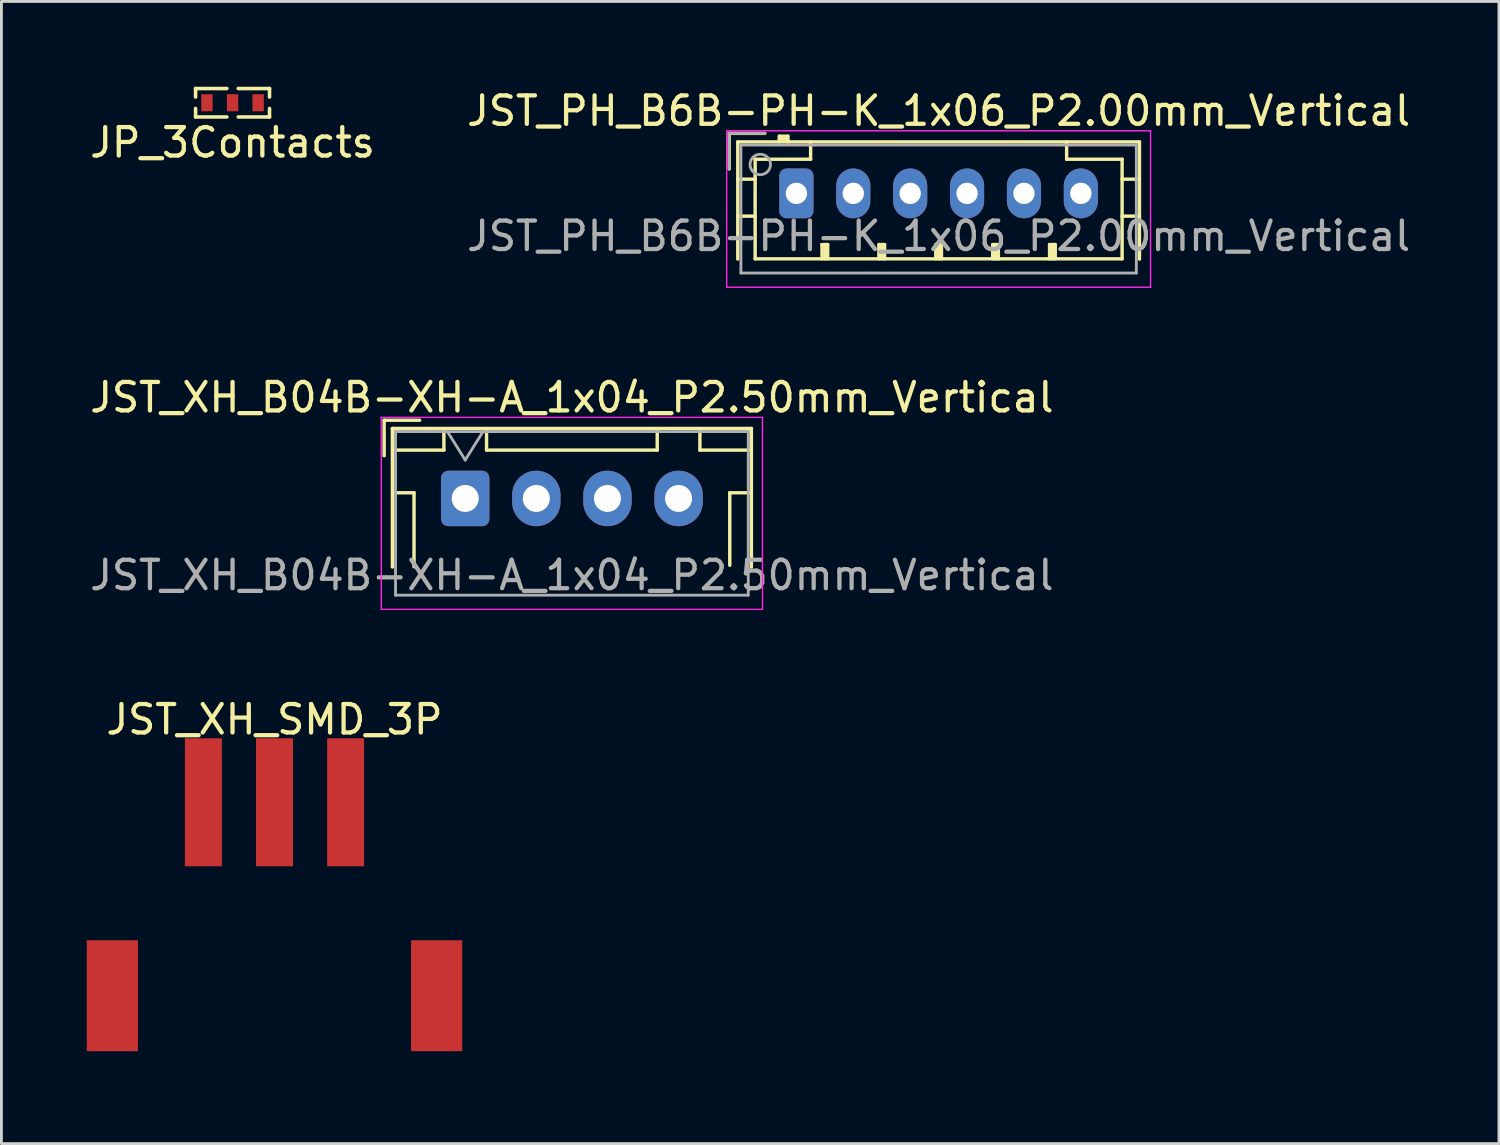
<source format=kicad_pcb>
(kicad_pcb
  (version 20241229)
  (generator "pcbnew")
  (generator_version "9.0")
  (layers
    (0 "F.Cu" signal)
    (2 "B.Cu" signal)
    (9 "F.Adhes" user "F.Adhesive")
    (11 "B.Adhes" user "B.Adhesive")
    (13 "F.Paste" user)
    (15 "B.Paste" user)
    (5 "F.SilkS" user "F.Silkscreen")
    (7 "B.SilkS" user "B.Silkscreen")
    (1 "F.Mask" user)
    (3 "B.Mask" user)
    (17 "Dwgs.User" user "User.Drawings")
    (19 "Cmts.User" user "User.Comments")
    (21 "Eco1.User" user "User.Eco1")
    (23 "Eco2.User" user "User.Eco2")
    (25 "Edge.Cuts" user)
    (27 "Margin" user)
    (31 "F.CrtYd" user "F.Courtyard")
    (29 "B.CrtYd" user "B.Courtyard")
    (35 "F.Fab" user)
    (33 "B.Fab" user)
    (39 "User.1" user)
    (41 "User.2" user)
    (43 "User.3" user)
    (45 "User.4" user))
  (footprint "JST_XH_SMD_3P"
    (layer "F.Cu")
    (at 6.6 33.903)
    (property "Reference" "JST_XH_SMD_3P" (at 0 -11.659 0) (layer "F.SilkS") (effects (font (size 1 1) (thickness 0.15))))
    (attr through_hole)
    (pad "1" smd rect (at -2.5 -8.75) (size 1.3 4.5) (layers "F.Cu" "F.Mask" "F.Paste"))
    (pad "2" smd rect (at 0 -8.75) (size 1.3 4.5) (layers "F.Cu" "F.Mask" "F.Paste"))
    (pad "3" smd rect (at -5.7 -1.95) (size 1.8 3.9) (layers "F.Cu" "F.Mask" "F.Paste"))
    (pad "3" smd rect (at 2.5 -8.75) (size 1.3 4.5) (layers "F.Cu" "F.Mask" "F.Paste"))
    (pad "3" smd rect (at 5.7 -1.95) (size 1.8 3.9) (layers "F.Cu" "F.Mask" "F.Paste")))
  (footprint "JST_PH_B6B-PH-K_1x06_P2.00mm_Vertical"
    (layer "F.Cu")
    (at 24.946 3.748)
    (property "Reference" "JST_PH_B6B-PH-K_1x06_P2.00mm_Vertical" (at 5 -2.9 0) (layer "F.SilkS") (effects (font (size 1 1) (thickness 0.15))))
    (attr through_hole)
    (fp_line (start -2.36 -2.11) (end -2.36 -0.86) (stroke (width 0.12) (type solid)) (layer "F.SilkS"))
    (fp_line (start -2.06 -1.81) (end -2.06 2.31) (stroke (width 0.12) (type solid)) (layer "F.SilkS"))
    (fp_line (start -2.06 -0.5) (end -1.45 -0.5) (stroke (width 0.12) (type solid)) (layer "F.SilkS"))
    (fp_line (start -2.06 0.8) (end -1.45 0.8) (stroke (width 0.12) (type solid)) (layer "F.SilkS"))
    (fp_line (start -1.45 -1.2) (end -1.45 2.3) (stroke (width 0.12) (type solid)) (layer "F.SilkS"))
    (fp_line (start -1.45 2.3) (end 11.45 2.3) (stroke (width 0.12) (type solid)) (layer "F.SilkS"))
    (fp_line (start -1.11 -2.11) (end -2.36 -2.11) (stroke (width 0.12) (type solid)) (layer "F.SilkS"))
    (fp_line (start -0.6 -2.01) (end -0.6 -1.81) (stroke (width 0.12) (type solid)) (layer "F.SilkS"))
    (fp_line (start -0.3 -2.01) (end -0.6 -2.01) (stroke (width 0.12) (type solid)) (layer "F.SilkS"))
    (fp_line (start -0.3 -1.91) (end -0.6 -1.91) (stroke (width 0.12) (type solid)) (layer "F.SilkS"))
    (fp_line (start -0.3 -1.81) (end -0.3 -2.01) (stroke (width 0.12) (type solid)) (layer "F.SilkS"))
    (fp_line (start 0.5 -1.81) (end 0.5 -1.2) (stroke (width 0.12) (type solid)) (layer "F.SilkS"))
    (fp_line (start 0.5 -1.2) (end -1.45 -1.2) (stroke (width 0.12) (type solid)) (layer "F.SilkS"))
    (fp_line (start 0.9 1.8) (end 1.1 1.8) (stroke (width 0.12) (type solid)) (layer "F.SilkS"))
    (fp_line (start 0.9 2.3) (end 0.9 1.8) (stroke (width 0.12) (type solid)) (layer "F.SilkS"))
    (fp_line (start 1 2.3) (end 1 1.8) (stroke (width 0.12) (type solid)) (layer "F.SilkS"))
    (fp_line (start 1.1 1.8) (end 1.1 2.3) (stroke (width 0.12) (type solid)) (layer "F.SilkS"))
    (fp_line (start 2.9 1.8) (end 3.1 1.8) (stroke (width 0.12) (type solid)) (layer "F.SilkS"))
    (fp_line (start 2.9 2.3) (end 2.9 1.8) (stroke (width 0.12) (type solid)) (layer "F.SilkS"))
    (fp_line (start 3 2.3) (end 3 1.8) (stroke (width 0.12) (type solid)) (layer "F.SilkS"))
    (fp_line (start 3.1 1.8) (end 3.1 2.3) (stroke (width 0.12) (type solid)) (layer "F.SilkS"))
    (fp_line (start 4.9 1.8) (end 5.1 1.8) (stroke (width 0.12) (type solid)) (layer "F.SilkS"))
    (fp_line (start 4.9 2.3) (end 4.9 1.8) (stroke (width 0.12) (type solid)) (layer "F.SilkS"))
    (fp_line (start 5 2.3) (end 5 1.8) (stroke (width 0.12) (type solid)) (layer "F.SilkS"))
    (fp_line (start 5.1 1.8) (end 5.1 2.3) (stroke (width 0.12) (type solid)) (layer "F.SilkS"))
    (fp_line (start 6.9 1.8) (end 7.1 1.8) (stroke (width 0.12) (type solid)) (layer "F.SilkS"))
    (fp_line (start 6.9 2.3) (end 6.9 1.8) (stroke (width 0.12) (type solid)) (layer "F.SilkS"))
    (fp_line (start 7 2.3) (end 7 1.8) (stroke (width 0.12) (type solid)) (layer "F.SilkS"))
    (fp_line (start 7.1 1.8) (end 7.1 2.3) (stroke (width 0.12) (type solid)) (layer "F.SilkS"))
    (fp_line (start 8.9 1.8) (end 9.1 1.8) (stroke (width 0.12) (type solid)) (layer "F.SilkS"))
    (fp_line (start 8.9 2.3) (end 8.9 1.8) (stroke (width 0.12) (type solid)) (layer "F.SilkS"))
    (fp_line (start 9 2.3) (end 9 1.8) (stroke (width 0.12) (type solid)) (layer "F.SilkS"))
    (fp_line (start 9.1 1.8) (end 9.1 2.3) (stroke (width 0.12) (type solid)) (layer "F.SilkS"))
    (fp_line (start 9.5 -1.2) (end 9.5 -1.81) (stroke (width 0.12) (type solid)) (layer "F.SilkS"))
    (fp_line (start 11.45 -1.2) (end 9.5 -1.2) (stroke (width 0.12) (type solid)) (layer "F.SilkS"))
    (fp_line (start 11.45 2.3) (end 11.45 -1.2) (stroke (width 0.12) (type solid)) (layer "F.SilkS"))
    (fp_line (start 12.06 -1.81) (end -2.06 -1.81) (stroke (width 0.12) (type solid)) (layer "F.SilkS"))
    (fp_line (start 12.06 -0.5) (end 11.45 -0.5) (stroke (width 0.12) (type solid)) (layer "F.SilkS"))
    (fp_line (start 12.06 0.8) (end 11.45 0.8) (stroke (width 0.12) (type solid)) (layer "F.SilkS"))
    (fp_line (start 12.06 2.31) (end 12.06 -1.81) (stroke (width 0.12) (type solid)) (layer "F.SilkS"))
    (fp_line (start -2.45 -2.2) (end -2.45 3.3) (stroke (width 0.05) (type solid)) (layer "F.CrtYd"))
    (fp_line (start -2.45 3.3) (end 12.45 3.3) (stroke (width 0.05) (type solid)) (layer "F.CrtYd"))
    (fp_line (start 12.45 -2.2) (end -2.45 -2.2) (stroke (width 0.05) (type solid)) (layer "F.CrtYd"))
    (fp_line (start 12.45 3.3) (end 12.45 -2.2) (stroke (width 0.05) (type solid)) (layer "F.CrtYd"))
    (fp_line (start -2.36 -2.11) (end -2.36 -0.86) (stroke (width 0.1) (type solid)) (layer "F.Fab"))
    (fp_line (start -1.95 -1.7) (end -1.95 2.8) (stroke (width 0.1) (type solid)) (layer "F.Fab"))
    (fp_line (start -1.95 2.8) (end 11.95 2.8) (stroke (width 0.1) (type solid)) (layer "F.Fab"))
    (fp_line (start -1.11 -2.11) (end -2.36 -2.11) (stroke (width 0.1) (type solid)) (layer "F.Fab"))
    (fp_line (start 11.95 -1.7) (end -1.95 -1.7) (stroke (width 0.1) (type solid)) (layer "F.Fab"))
    (fp_line (start 11.95 2.8) (end 11.95 -1.7) (stroke (width 0.1) (type solid)) (layer "F.Fab"))
    (fp_circle (center -1.27 -1.016) (end -1.016 -0.762) (stroke (width 0.1) (type solid)) (fill no) (layer "F.Fab"))
    (fp_text user "${REFERENCE}" (at 5 1.5 0) (layer "F.Fab") (effects (font (size 1 1) (thickness 0.15))))
    (pad "1" thru_hole roundrect (at 0 0) (size 1.2 1.75) (drill 0.75) (layers "*.Cu" "*.Mask") (roundrect_rratio 0.208))
    (pad "2" thru_hole oval (at 2 0) (size 1.2 1.75) (drill 0.75) (layers "*.Cu" "*.Mask"))
    (pad "3" thru_hole oval (at 4 0) (size 1.2 1.75) (drill 0.75) (layers "*.Cu" "*.Mask"))
    (pad "4" thru_hole oval (at 6 0) (size 1.2 1.75) (drill 0.75) (layers "*.Cu" "*.Mask"))
    (pad "5" thru_hole oval (at 8 0) (size 1.2 1.75) (drill 0.75) (layers "*.Cu" "*.Mask"))
    (pad "6" thru_hole oval (at 10 0) (size 1.2 1.75) (drill 0.75) (layers "*.Cu" "*.Mask")))
  (footprint "JST_XH_B04B-XH-A_1x04_P2.50mm_Vertical"
    (layer "F.Cu")
    (at 13.304 14.472)
    (property "Reference" "JST_XH_B04B-XH-A_1x04_P2.50mm_Vertical" (at 3.75 -3.55 0) (layer "F.SilkS") (effects (font (size 1 1) (thickness 0.15))))
    (attr through_hole)
    (fp_line (start -2.85 -2.75) (end -2.85 -1.5) (stroke (width 0.12) (type solid)) (layer "F.SilkS"))
    (fp_line (start -2.56 -2.46) (end -2.56 2.41) (stroke (width 0.12) (type solid)) (layer "F.SilkS"))
    (fp_line (start -2.55 -2.45) (end -2.55 -1.7) (stroke (width 0.12) (type solid)) (layer "F.SilkS"))
    (fp_line (start -2.55 -1.7) (end -0.75 -1.7) (stroke (width 0.12) (type solid)) (layer "F.SilkS"))
    (fp_line (start -2.55 -0.2) (end -1.8 -0.2) (stroke (width 0.12) (type solid)) (layer "F.SilkS"))
    (fp_line (start -1.8 -0.2) (end -1.8 2.4) (stroke (width 0.12) (type solid)) (layer "F.SilkS"))
    (fp_line (start -1.6 -2.75) (end -2.85 -2.75) (stroke (width 0.12) (type solid)) (layer "F.SilkS"))
    (fp_line (start -0.75 -2.45) (end -2.55 -2.45) (stroke (width 0.12) (type solid)) (layer "F.SilkS"))
    (fp_line (start -0.75 -1.7) (end -0.75 -2.45) (stroke (width 0.12) (type solid)) (layer "F.SilkS"))
    (fp_line (start 0.75 -2.45) (end 0.75 -1.7) (stroke (width 0.12) (type solid)) (layer "F.SilkS"))
    (fp_line (start 0.75 -1.7) (end 6.75 -1.7) (stroke (width 0.12) (type solid)) (layer "F.SilkS"))
    (fp_line (start 6.75 -2.45) (end 0.75 -2.45) (stroke (width 0.12) (type solid)) (layer "F.SilkS"))
    (fp_line (start 6.75 -1.7) (end 6.75 -2.45) (stroke (width 0.12) (type solid)) (layer "F.SilkS"))
    (fp_line (start 8.25 -2.45) (end 8.25 -1.7) (stroke (width 0.12) (type solid)) (layer "F.SilkS"))
    (fp_line (start 8.25 -1.7) (end 10.05 -1.7) (stroke (width 0.12) (type solid)) (layer "F.SilkS"))
    (fp_line (start 9.3 -0.2) (end 9.3 2.35) (stroke (width 0.12) (type solid)) (layer "F.SilkS"))
    (fp_line (start 10.05 -2.45) (end 8.25 -2.45) (stroke (width 0.12) (type solid)) (layer "F.SilkS"))
    (fp_line (start 10.05 -1.7) (end 10.05 -2.45) (stroke (width 0.12) (type solid)) (layer "F.SilkS"))
    (fp_line (start 10.05 -0.2) (end 9.3 -0.2) (stroke (width 0.12) (type solid)) (layer "F.SilkS"))
    (fp_line (start 10.06 -2.46) (end -2.56 -2.46) (stroke (width 0.12) (type solid)) (layer "F.SilkS"))
    (fp_line (start 10.06 2.41) (end 10.06 -2.46) (stroke (width 0.12) (type solid)) (layer "F.SilkS"))
    (fp_line (start -2.95 -2.85) (end -2.95 3.9) (stroke (width 0.05) (type solid)) (layer "F.CrtYd"))
    (fp_line (start -2.95 3.9) (end 10.45 3.9) (stroke (width 0.05) (type solid)) (layer "F.CrtYd"))
    (fp_line (start 10.45 -2.85) (end -2.95 -2.85) (stroke (width 0.05) (type solid)) (layer "F.CrtYd"))
    (fp_line (start 10.45 3.9) (end 10.45 -2.85) (stroke (width 0.05) (type solid)) (layer "F.CrtYd"))
    (fp_line (start -2.45 -2.35) (end -2.45 3.4) (stroke (width 0.1) (type solid)) (layer "F.Fab"))
    (fp_line (start -2.45 3.4) (end 9.95 3.4) (stroke (width 0.1) (type solid)) (layer "F.Fab"))
    (fp_line (start -0.625 -2.35) (end 0 -1.35) (stroke (width 0.1) (type solid)) (layer "F.Fab"))
    (fp_line (start 0 -1.35) (end 0.625 -2.35) (stroke (width 0.1) (type solid)) (layer "F.Fab"))
    (fp_line (start 9.95 -2.35) (end -2.45 -2.35) (stroke (width 0.1) (type solid)) (layer "F.Fab"))
    (fp_line (start 9.95 3.4) (end 9.95 -2.35) (stroke (width 0.1) (type solid)) (layer "F.Fab"))
    (fp_text user "${REFERENCE}" (at 3.75 2.7 0) (layer "F.Fab") (effects (font (size 1 1) (thickness 0.15))))
    (pad "1" thru_hole roundrect (at 0 0) (size 1.7 1.95) (drill 0.95) (layers "*.Cu" "*.Mask") (roundrect_rratio 0.147))
    (pad "2" thru_hole oval (at 2.5 0) (size 1.7 1.95) (drill 0.95) (layers "*.Cu" "*.Mask"))
    (pad "3" thru_hole oval (at 5 0) (size 1.7 1.95) (drill 0.95) (layers "*.Cu" "*.Mask"))
    (pad "4" thru_hole oval (at 7.5 0) (size 1.7 1.95) (drill 0.95) (layers "*.Cu" "*.Mask")))
  (footprint "JP_3Contacts"
    (layer "F.Cu")
    (at 5.125 0.562)
    (property "Reference" "JP_3Contacts" (at 0 1.4 0) (layer "F.SilkS") (effects (font (size 1 1) (thickness 0.15))))
    (attr through_hole)
    (fp_line (start -1.3 -0.5) (end -1.3 -0.2) (stroke (width 0.125) (type solid)) (layer "F.SilkS"))
    (fp_line (start -1.3 -0.5) (end -0.2 -0.5) (stroke (width 0.125) (type solid)) (layer "F.SilkS"))
    (fp_line (start -1.3 0.5) (end -1.3 0.2) (stroke (width 0.125) (type solid)) (layer "F.SilkS"))
    (fp_line (start -1.3 0.5) (end -0.2 0.5) (stroke (width 0.125) (type solid)) (layer "F.SilkS"))
    (fp_line (start 1.3 -0.5) (end 0.2 -0.5) (stroke (width 0.125) (type solid)) (layer "F.SilkS"))
    (fp_line (start 1.3 -0.5) (end 1.3 -0.2) (stroke (width 0.125) (type solid)) (layer "F.SilkS"))
    (fp_line (start 1.3 0.5) (end 0.2 0.5) (stroke (width 0.125) (type solid)) (layer "F.SilkS"))
    (fp_line (start 1.3 0.5) (end 1.3 0.2) (stroke (width 0.125) (type solid)) (layer "F.SilkS"))
    (pad "1" smd rect (at -0.9 0) (size 0.4 0.6) (layers "F.Cu" "F.Mask" "F.Paste"))
    (pad "2" smd rect (at 0 0) (size 0.4 0.6) (layers "F.Cu" "F.Mask" "F.Paste"))
    (pad "3" smd rect (at 0.9 0) (size 0.4 0.6) (layers "F.Cu" "F.Mask" "F.Paste")))
  (gr_rect
    (start -3 -3)
    (end 49.643 37.153)
    (stroke (width 0.1) (type default))
    (fill no)
    (layer "Edge.Cuts")))
</source>
